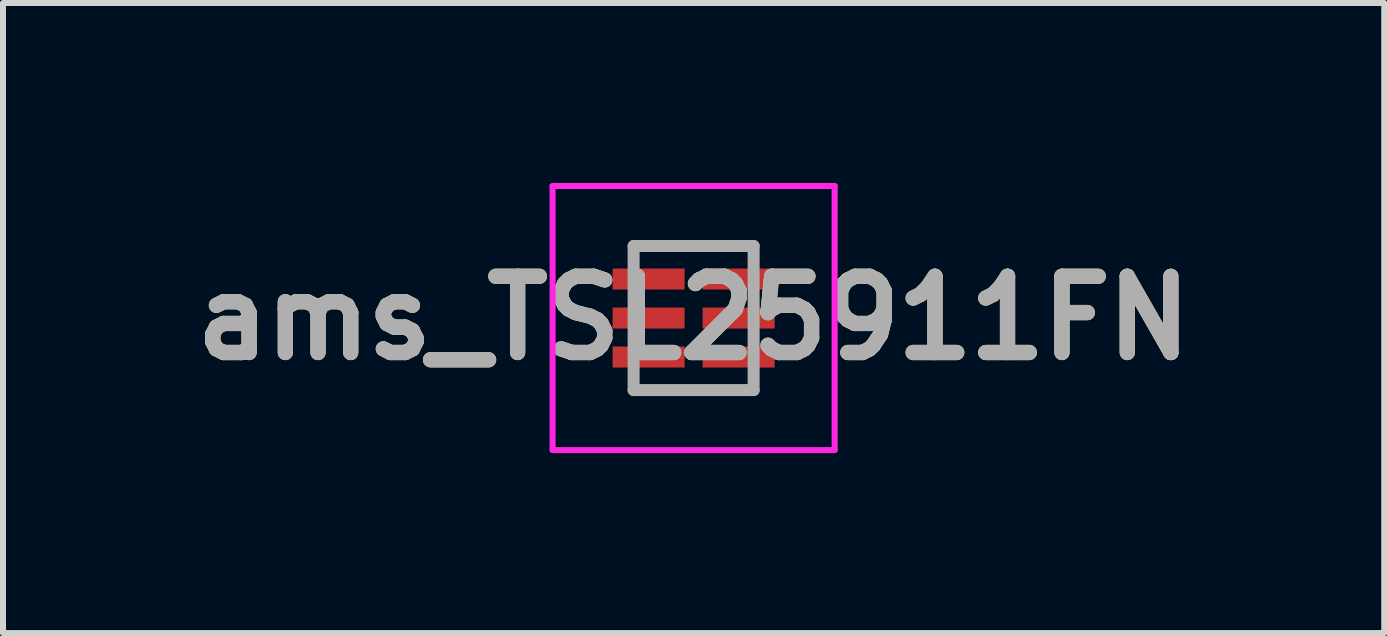
<source format=kicad_pcb>
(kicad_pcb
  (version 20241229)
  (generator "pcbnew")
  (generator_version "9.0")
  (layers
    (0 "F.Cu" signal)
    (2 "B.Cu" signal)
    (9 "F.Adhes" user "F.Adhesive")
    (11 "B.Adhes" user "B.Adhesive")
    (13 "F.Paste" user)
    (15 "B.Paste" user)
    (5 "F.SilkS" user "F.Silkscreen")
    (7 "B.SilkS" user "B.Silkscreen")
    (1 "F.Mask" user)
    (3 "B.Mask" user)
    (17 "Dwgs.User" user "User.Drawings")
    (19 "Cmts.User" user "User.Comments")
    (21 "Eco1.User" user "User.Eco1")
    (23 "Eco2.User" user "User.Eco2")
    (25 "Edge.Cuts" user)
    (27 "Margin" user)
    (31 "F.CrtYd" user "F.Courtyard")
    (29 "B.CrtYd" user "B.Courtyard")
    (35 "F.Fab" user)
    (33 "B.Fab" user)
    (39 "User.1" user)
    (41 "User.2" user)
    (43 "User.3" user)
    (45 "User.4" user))
  (footprint "ams_TSL25911FN"
    (layer "F.Cu")
    (at 8.509 2.25)
    (property "Reference" "ams_TSL25911FN" (at 0 0 0) (layer "F.SilkS") (effects (font (size 1.27 1.27) (thickness 0.254))))
    (attr smd)
    (fp_line (start -1 -1.2) (end 1 -1.2) (stroke (width 0.1) (type solid)) (layer "F.SilkS"))
    (fp_line (start -1 -1) (end -1 -1.2) (stroke (width 0.1) (type solid)) (layer "F.SilkS"))
    (fp_line (start -1 1) (end -1 1.2) (stroke (width 0.1) (type solid)) (layer "F.SilkS"))
    (fp_line (start -1 1.2) (end 1 1.2) (stroke (width 0.1) (type solid)) (layer "F.SilkS"))
    (fp_line (start 1 -1.2) (end 1 -1) (stroke (width 0.1) (type solid)) (layer "F.SilkS"))
    (fp_line (start 1 1.2) (end 1 1) (stroke (width 0.1) (type solid)) (layer "F.SilkS"))
    (fp_line (start -2.35 -2.2) (end 2.35 -2.2) (stroke (width 0.1) (type solid)) (layer "F.CrtYd"))
    (fp_line (start -2.35 2.2) (end -2.35 -2.2) (stroke (width 0.1) (type solid)) (layer "F.CrtYd"))
    (fp_line (start 2.35 -2.2) (end 2.35 2.2) (stroke (width 0.1) (type solid)) (layer "F.CrtYd"))
    (fp_line (start 2.35 2.2) (end -2.35 2.2) (stroke (width 0.1) (type solid)) (layer "F.CrtYd"))
    (fp_line (start -1 -1.2) (end 1 -1.2) (stroke (width 0.2) (type solid)) (layer "F.Fab"))
    (fp_line (start -1 1.2) (end -1 -1.2) (stroke (width 0.2) (type solid)) (layer "F.Fab"))
    (fp_line (start 1 -1.2) (end 1 1.2) (stroke (width 0.2) (type solid)) (layer "F.Fab"))
    (fp_line (start 1 1.2) (end -1 1.2) (stroke (width 0.2) (type solid)) (layer "F.Fab"))
    (fp_text user "${REFERENCE}" (at 0 0 0) (layer "F.Fab") (effects (font (size 1.27 1.27) (thickness 0.254))))
    (pad "1" smd rect (at -0.75 -0.65 90) (size 0.35 1.2) (layers "F.Cu" "F.Mask" "F.Paste"))
    (pad "2" smd rect (at -0.75 0 90) (size 0.35 1.2) (layers "F.Cu" "F.Mask" "F.Paste"))
    (pad "3" smd rect (at -0.75 0.65 90) (size 0.35 1.2) (layers "F.Cu" "F.Mask" "F.Paste"))
    (pad "4" smd rect (at 0.75 0.65 90) (size 0.35 1.2) (layers "F.Cu" "F.Mask" "F.Paste"))
    (pad "5" smd rect (at 0.75 0 90) (size 0.35 1.2) (layers "F.Cu" "F.Mask" "F.Paste"))
    (pad "6" smd rect (at 0.75 -0.65 90) (size 0.35 1.2) (layers "F.Cu" "F.Mask" "F.Paste")))
  (gr_rect
    (start -3 -3)
    (end 20.018 7.5)
    (stroke (width 0.1) (type default))
    (fill no)
    (layer "Edge.Cuts")))
</source>
